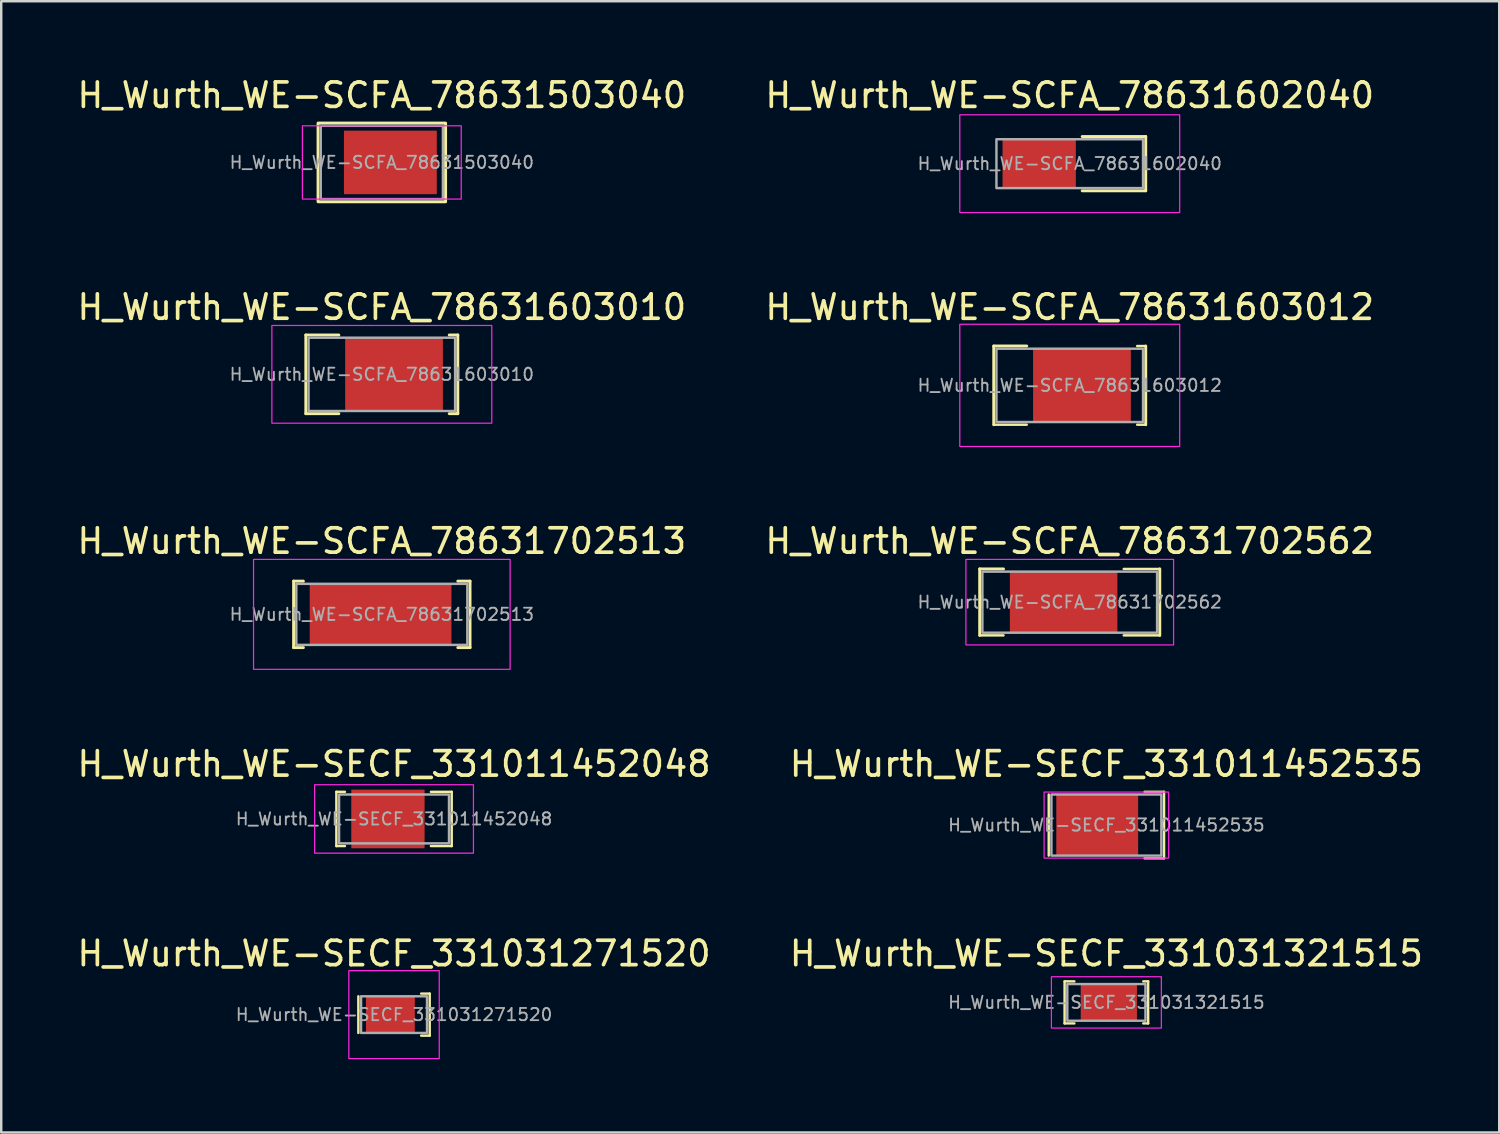
<source format=kicad_pcb>
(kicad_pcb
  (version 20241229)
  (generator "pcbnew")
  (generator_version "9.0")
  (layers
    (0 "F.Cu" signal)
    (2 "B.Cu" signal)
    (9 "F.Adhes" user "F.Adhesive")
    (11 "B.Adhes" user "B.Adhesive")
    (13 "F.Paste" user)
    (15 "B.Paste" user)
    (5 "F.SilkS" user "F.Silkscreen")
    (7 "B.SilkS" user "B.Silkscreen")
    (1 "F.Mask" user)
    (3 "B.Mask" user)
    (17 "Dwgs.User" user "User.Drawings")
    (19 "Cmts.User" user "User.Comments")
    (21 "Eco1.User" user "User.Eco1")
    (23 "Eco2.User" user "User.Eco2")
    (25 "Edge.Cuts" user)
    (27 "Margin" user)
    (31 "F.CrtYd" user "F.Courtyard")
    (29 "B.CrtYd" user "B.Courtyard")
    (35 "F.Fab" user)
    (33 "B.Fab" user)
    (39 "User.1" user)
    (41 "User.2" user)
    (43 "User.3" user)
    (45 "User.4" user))
  (footprint "H_Wurth_WE-SCFA_78631603010"
    (layer "F.Cu")
    (at 12.577 12.271)
    (property "Reference" "H_Wurth_WE-SCFA_78631603010" (at 0 -2.75 0) (unlocked yes) (layer "F.SilkS") (effects (font (size 1 1) (thickness 0.15))))
    (attr smd)
    (fp_line (start -3.11 -1.61) (end -1.76 -1.61) (stroke (width 0.12) (type default)) (layer "F.SilkS"))
    (fp_line (start -3.11 1.61) (end -3.11 -1.61) (stroke (width 0.12) (type default)) (layer "F.SilkS"))
    (fp_line (start -1.76 1.61) (end -3.11 1.61) (stroke (width 0.12) (type default)) (layer "F.SilkS"))
    (fp_line (start 3.11 -1.61) (end 2.76 -1.61) (stroke (width 0.12) (type default)) (layer "F.SilkS"))
    (fp_line (start 3.11 -1.61) (end 3.11 1.61) (stroke (width 0.12) (type default)) (layer "F.SilkS"))
    (fp_line (start 3.11 1.61) (end 2.76 1.61) (stroke (width 0.12) (type default)) (layer "F.SilkS"))
    (fp_rect (start -4.5 -2) (end 4.5 2) (stroke (width 0.05) (type solid)) (fill no) (layer "F.CrtYd"))
    (fp_rect (start -3 -1.5) (end 3 1.5) (stroke (width 0.1) (type solid)) (fill no) (layer "F.Fab"))
    (fp_text user "${REFERENCE}" (at 0 0 0) (unlocked yes) (layer "F.Fab") (effects (font (size 0.5 0.5) (thickness 0.075))))
    (pad "1" smd rect (at 0.5 0) (size 4 3) (layers "F.Cu" "F.Mask" "F.Paste")))
  (footprint "H_Wurth_WE-SCFA_78631603012"
    (layer "F.Cu")
    (at 40.732 12.722)
    (property "Reference" "H_Wurth_WE-SCFA_78631603012" (at 0 -3.2 0) (unlocked yes) (layer "F.SilkS") (effects (font (size 1 1) (thickness 0.15))))
    (attr smd)
    (fp_line (start -3.11 -1.61) (end -1.76 -1.61) (stroke (width 0.12) (type default)) (layer "F.SilkS"))
    (fp_line (start -3.11 1.61) (end -3.11 -1.61) (stroke (width 0.12) (type default)) (layer "F.SilkS"))
    (fp_line (start -1.76 1.61) (end -3.11 1.61) (stroke (width 0.1) (type default)) (layer "F.SilkS"))
    (fp_line (start 3.11 -1.61) (end 2.76 -1.61) (stroke (width 0.1) (type default)) (layer "F.SilkS"))
    (fp_line (start 3.11 -1.61) (end 3.11 1.61) (stroke (width 0.12) (type default)) (layer "F.SilkS"))
    (fp_line (start 3.11 1.61) (end 2.76 1.61) (stroke (width 0.1) (type default)) (layer "F.SilkS"))
    (fp_rect (start -4.5 -2.5) (end 4.5 2.5) (stroke (width 0.05) (type solid)) (fill no) (layer "F.CrtYd"))
    (fp_rect (start -3 -1.5) (end 3 1.5) (stroke (width 0.1) (type solid)) (fill no) (layer "F.Fab"))
    (fp_text user "${REFERENCE}" (at 0 0 0) (unlocked yes) (layer "F.Fab") (effects (font (size 0.5 0.5) (thickness 0.075))))
    (pad "1" smd rect (at 0.5 0) (size 4 3) (layers "F.Cu" "F.Mask" "F.Paste")))
  (footprint "H_Wurth_WE-SCFA_78631702562"
    (layer "F.Cu")
    (at 40.732 21.595)
    (property "Reference" "H_Wurth_WE-SCFA_78631702562" (at 0 -2.5 0) (unlocked yes) (layer "F.SilkS") (effects (font (size 1 1) (thickness 0.15))))
    (attr smd)
    (fp_line (start -3.685 -1.36) (end -2.71 -1.36) (stroke (width 0.12) (type default)) (layer "F.SilkS"))
    (fp_line (start -3.685 1.36) (end -3.685 -1.36) (stroke (width 0.12) (type default)) (layer "F.SilkS"))
    (fp_line (start -2.71 1.36) (end -3.685 1.36) (stroke (width 0.1) (type default)) (layer "F.SilkS"))
    (fp_line (start 3.685 -1.36) (end 2.21 -1.36) (stroke (width 0.1) (type default)) (layer "F.SilkS"))
    (fp_line (start 3.685 -1.36) (end 3.685 1.36) (stroke (width 0.12) (type default)) (layer "F.SilkS"))
    (fp_line (start 3.685 1.36) (end 2.21 1.36) (stroke (width 0.1) (type default)) (layer "F.SilkS"))
    (fp_rect (start -4.25 -1.75) (end 4.25 1.75) (stroke (width 0.05) (type solid)) (fill no) (layer "F.CrtYd"))
    (fp_rect (start -3.575 -1.25) (end 3.575 1.25) (stroke (width 0.1) (type solid)) (fill no) (layer "F.Fab"))
    (fp_text user "${REFERENCE}" (at 0 0 0) (unlocked yes) (layer "F.Fab") (effects (font (size 0.5 0.5) (thickness 0.075))))
    (pad "1" smd rect (at -0.25 0) (size 4.4 2.5) (layers "F.Cu" "F.Mask" "F.Paste")))
  (footprint "H_Wurth_WE-SECF_331011452048"
    (layer "F.Cu")
    (at 13.077 30.468)
    (property "Reference" "H_Wurth_WE-SECF_331011452048" (at 0 -2.25 0) (unlocked yes) (layer "F.SilkS") (effects (font (size 1 1) (thickness 0.15))))
    (attr smd)
    (fp_line (start -2.36 -1.11) (end -2.01 -1.11) (stroke (width 0.1) (type default)) (layer "F.SilkS"))
    (fp_line (start -2.36 1.11) (end -2.36 -1.11) (stroke (width 0.1) (type default)) (layer "F.SilkS"))
    (fp_line (start -2.01 1.11) (end -2.36 1.11) (stroke (width 0.1) (type default)) (layer "F.SilkS"))
    (fp_line (start 2.36 -1.11) (end 1.51 -1.11) (stroke (width 0.1) (type default)) (layer "F.SilkS"))
    (fp_line (start 2.36 -1.11) (end 2.36 1.11) (stroke (width 0.1) (type default)) (layer "F.SilkS"))
    (fp_line (start 2.36 1.11) (end 1.51 1.11) (stroke (width 0.1) (type default)) (layer "F.SilkS"))
    (fp_rect (start -3.25 -1.4) (end 3.25 1.4) (stroke (width 0.05) (type solid)) (fill no) (layer "F.CrtYd"))
    (fp_rect (start -2.25 -1) (end 2.25 1) (stroke (width 0.1) (type solid)) (fill no) (layer "F.Fab"))
    (fp_text user "${REFERENCE}" (at 0 0 0) (unlocked yes) (layer "F.Fab") (effects (font (size 0.5 0.5) (thickness 0.075))))
    (pad "1" smd rect (at -0.25 0) (size 3 2.4) (layers "F.Cu" "F.Mask" "F.Paste")))
  (footprint "H_Wurth_WE-SCFA_78631602040"
    (layer "F.Cu")
    (at 40.732 3.648)
    (property "Reference" "H_Wurth_WE-SCFA_78631602040" (at 0 -2.8 0) (unlocked yes) (layer "F.SilkS") (effects (font (size 1 1) (thickness 0.15))))
    (attr smd)
    (fp_line (start 0.51 -1.11) (end 3.11 -1.11) (stroke (width 0.12) (type default)) (layer "F.SilkS"))
    (fp_line (start 3.11 -1.11) (end 3.11 1.11) (stroke (width 0.12) (type default)) (layer "F.SilkS"))
    (fp_line (start 3.11 1.11) (end 0.51 1.11) (stroke (width 0.12) (type default)) (layer "F.SilkS"))
    (fp_rect (start -4.5 -2) (end 4.5 2) (stroke (width 0.05) (type solid)) (fill no) (layer "F.CrtYd"))
    (fp_rect (start -3 -1) (end 3 1) (stroke (width 0.1) (type solid)) (fill no) (layer "F.Fab"))
    (fp_text user "${REFERENCE}" (at 0 0 0) (unlocked yes) (layer "F.Fab") (effects (font (size 0.5 0.5) (thickness 0.075))))
    (pad "1" smd rect (at -1.25 0) (size 3 2) (layers "F.Cu" "F.Mask" "F.Paste")))
  (footprint "H_Wurth_WE-SCFA_78631702513"
    (layer "F.Cu")
    (at 12.577 22.095)
    (property "Reference" "H_Wurth_WE-SCFA_78631702513" (at 0 -3 0) (unlocked yes) (layer "F.SilkS") (effects (font (size 1 1) (thickness 0.15))))
    (attr smd)
    (fp_line (start -3.61 -1.36) (end -3.21 -1.36) (stroke (width 0.12) (type default)) (layer "F.SilkS"))
    (fp_line (start -3.61 1.36) (end -3.61 -1.36) (stroke (width 0.12) (type default)) (layer "F.SilkS"))
    (fp_line (start -3.21 1.36) (end -3.61 1.36) (stroke (width 0.12) (type default)) (layer "F.SilkS"))
    (fp_line (start 3.61 -1.36) (end 3.11 -1.36) (stroke (width 0.12) (type default)) (layer "F.SilkS"))
    (fp_line (start 3.61 -1.36) (end 3.61 1.36) (stroke (width 0.12) (type default)) (layer "F.SilkS"))
    (fp_line (start 3.61 1.36) (end 3.11 1.36) (stroke (width 0.12) (type default)) (layer "F.SilkS"))
    (fp_rect (start -5.25 -2.25) (end 5.25 2.25) (stroke (width 0.05) (type solid)) (fill no) (layer "F.CrtYd"))
    (fp_rect (start -3.5 -1.25) (end 3.5 1.25) (stroke (width 0.1) (type solid)) (fill no) (layer "F.Fab"))
    (fp_text user "${REFERENCE}" (at 0 0 0) (unlocked yes) (layer "F.Fab") (effects (font (size 0.5 0.5) (thickness 0.075))))
    (pad "1" smd rect (at -0.05 0) (size 5.8 2.5) (layers "F.Cu" "F.Mask" "F.Paste")))
  (footprint "H_Wurth_WE-SECF_331031271520"
    (layer "F.Cu")
    (at 13.077 38.476)
    (property "Reference" "H_Wurth_WE-SECF_331031271520" (at 0 -2.5 0) (unlocked yes) (layer "F.SilkS") (effects (font (size 1 1) (thickness 0.15))))
    (attr smd)
    (fp_line (start -1.46 0.75) (end -1.46 -0.75) (stroke (width 0.1) (type default)) (layer "F.SilkS"))
    (fp_line (start 1.11 -0.86) (end 1.46 -0.86) (stroke (width 0.1) (type default)) (layer "F.SilkS"))
    (fp_line (start 1.46 -0.86) (end 1.46 0.86) (stroke (width 0.1) (type default)) (layer "F.SilkS"))
    (fp_line (start 1.46 0.86) (end 1.11 0.86) (stroke (width 0.1) (type default)) (layer "F.SilkS"))
    (fp_rect (start -1.85 -1.8) (end 1.85 1.8) (stroke (width 0.05) (type solid)) (fill no) (layer "F.CrtYd"))
    (fp_rect (start -1.35 -0.75) (end 1.35 0.75) (stroke (width 0.1) (type solid)) (fill no) (layer "F.Fab"))
    (fp_text user "${REFERENCE}" (at 0 0 0) (unlocked yes) (layer "F.Fab") (effects (font (size 0.5 0.5) (thickness 0.075))))
    (pad "1" smd rect (at -0.15 0) (size 2 1.5) (layers "F.Cu" "F.Mask" "F.Paste")))
  (footprint "H_Wurth_WE-SECF_331011452535"
    (layer "F.Cu")
    (at 42.232 30.718)
    (property "Reference" "H_Wurth_WE-SECF_331011452535" (at 0 -2.5 0) (unlocked yes) (layer "F.SilkS") (effects (font (size 1 1) (thickness 0.15))))
    (attr smd)
    (fp_line (start -2.36 1.25) (end -2.36 -1.25) (stroke (width 0.1) (type default)) (layer "F.SilkS"))
    (fp_line (start 1.56 -1.36) (end 2.36 -1.36) (stroke (width 0.1) (type default)) (layer "F.SilkS"))
    (fp_line (start 2.36 -1.36) (end 2.36 1.36) (stroke (width 0.1) (type default)) (layer "F.SilkS"))
    (fp_line (start 2.36 1.36) (end 1.56 1.36) (stroke (width 0.1) (type default)) (layer "F.SilkS"))
    (fp_rect (start -2.55 -1.35) (end 2.55 1.35) (stroke (width 0.05) (type solid)) (fill no) (layer "F.CrtYd"))
    (fp_rect (start -2.25 -1.25) (end 2.25 1.25) (stroke (width 0.1) (type solid)) (fill no) (layer "F.Fab"))
    (fp_text user "${REFERENCE}" (at 0 0 0) (unlocked yes) (layer "F.Fab") (effects (font (size 0.5 0.5) (thickness 0.075))))
    (pad "1" smd rect (at -0.375 0) (size 3.35 2.5) (layers "F.Cu" "F.Mask" "F.Paste")))
  (footprint "H_Wurth_WE-SCFA_78631503040"
    (layer "F.Cu")
    (at 12.577 3.598)
    (property "Reference" "H_Wurth_WE-SCFA_78631503040" (at 0 -2.75 0) (unlocked yes) (layer "F.SilkS") (effects (font (size 1 1) (thickness 0.15))))
    (attr smd)
    (fp_rect (start -2.61 -1.61) (end 2.61 1.61) (stroke (width 0.12) (type solid)) (fill no) (layer "F.SilkS"))
    (fp_rect (start -3.25 -1.5) (end 3.25 1.5) (stroke (width 0.05) (type solid)) (fill no) (layer "F.CrtYd"))
    (fp_rect (start -2.5 -1.5) (end 2.5 1.5) (stroke (width 0.1) (type solid)) (fill no) (layer "F.Fab"))
    (fp_text user "${REFERENCE}" (at 0 0 0) (unlocked yes) (layer "F.Fab") (effects (font (size 0.5 0.5) (thickness 0.075))))
    (pad "1" smd rect (at 0.35 0) (size 3.8 2.6) (layers "F.Cu" "F.Mask" "F.Paste")))
  (footprint "H_Wurth_WE-SECF_331031321515"
    (layer "F.Cu")
    (at 42.232 37.976)
    (property "Reference" "H_Wurth_WE-SECF_331031321515" (at 0 -2 0) (unlocked yes) (layer "F.SilkS") (effects (font (size 1 1) (thickness 0.15))))
    (attr smd)
    (fp_line (start -1.71 -0.86) (end -1.31 -0.86) (stroke (width 0.1) (type default)) (layer "F.SilkS"))
    (fp_line (start -1.71 0.86) (end -1.71 -0.86) (stroke (width 0.1) (type default)) (layer "F.SilkS"))
    (fp_line (start -1.31 0.86) (end -1.71 0.86) (stroke (width 0.1) (type default)) (layer "F.SilkS"))
    (fp_line (start 1.71 -0.86) (end 1.51 -0.86) (stroke (width 0.1) (type default)) (layer "F.SilkS"))
    (fp_line (start 1.71 -0.86) (end 1.71 0.86) (stroke (width 0.1) (type default)) (layer "F.SilkS"))
    (fp_line (start 1.71 0.86) (end 1.51 0.86) (stroke (width 0.1) (type default)) (layer "F.SilkS"))
    (fp_rect (start -2.25 -1.05) (end 2.25 1.05) (stroke (width 0.05) (type solid)) (fill no) (layer "F.CrtYd"))
    (fp_rect (start -1.6 -0.75) (end 1.6 0.75) (stroke (width 0.1) (type solid)) (fill no) (layer "F.Fab"))
    (fp_text user "${REFERENCE}" (at 0 0 0) (unlocked yes) (layer "F.Fab") (effects (font (size 0.5 0.5) (thickness 0.075))))
    (pad "1" smd rect (at 0.1 0) (size 2.3 1.5) (layers "F.Cu" "F.Mask" "F.Paste")))
  (gr_rect
    (start -3 -3)
    (end 58.31 43.301)
    (stroke (width 0.1) (type default))
    (fill no)
    (layer "Edge.Cuts")))
</source>
